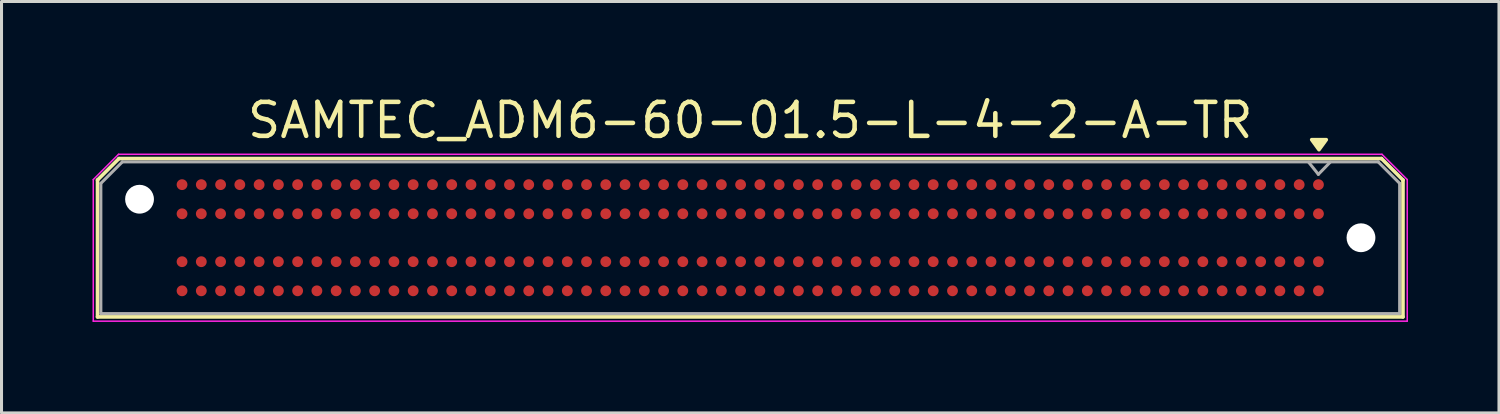
<source format=kicad_pcb>
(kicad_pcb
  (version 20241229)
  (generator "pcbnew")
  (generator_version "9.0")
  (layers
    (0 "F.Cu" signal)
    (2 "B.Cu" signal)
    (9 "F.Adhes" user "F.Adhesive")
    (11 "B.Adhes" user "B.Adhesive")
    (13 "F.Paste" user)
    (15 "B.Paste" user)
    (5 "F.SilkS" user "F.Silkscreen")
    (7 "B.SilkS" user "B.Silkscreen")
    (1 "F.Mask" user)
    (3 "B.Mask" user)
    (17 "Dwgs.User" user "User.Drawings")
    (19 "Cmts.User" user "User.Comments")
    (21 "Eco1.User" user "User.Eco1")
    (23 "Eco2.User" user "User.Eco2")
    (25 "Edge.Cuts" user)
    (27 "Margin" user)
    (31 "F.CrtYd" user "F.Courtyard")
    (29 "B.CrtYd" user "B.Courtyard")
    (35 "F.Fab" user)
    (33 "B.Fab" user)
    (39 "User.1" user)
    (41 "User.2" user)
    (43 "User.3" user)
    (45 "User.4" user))
  (footprint "SAMTEC_ADM6-60-01.5-L-4-2-A-TR"
    (layer "F.Cu")
    (at 21.685 4.788)
    (property "Reference" "SAMTEC_ADM6-60-01.5-L-4-2-A-TR" (at 0 -3.87 0) (layer "F.SilkS") (effects (font (size 1.12 1.12) (thickness 0.15))))
    (attr smd)
    (fp_line (start -21.52 -1.903) (end -20.813 -2.61) (stroke (width 0.12) (type default)) (layer "F.SilkS"))
    (fp_line (start -21.52 2.61) (end -21.52 -1.903) (stroke (width 0.12) (type solid)) (layer "F.SilkS"))
    (fp_line (start -20.813 -2.61) (end 20.813 -2.61) (stroke (width 0.12) (type solid)) (layer "F.SilkS"))
    (fp_line (start 21.52 -1.903) (end 20.813 -2.61) (stroke (width 0.12) (type default)) (layer "F.SilkS"))
    (fp_line (start 21.52 -1.903) (end 21.52 2.61) (stroke (width 0.12) (type solid)) (layer "F.SilkS"))
    (fp_line (start 21.52 2.61) (end -21.52 2.61) (stroke (width 0.12) (type solid)) (layer "F.SilkS"))
    (fp_poly (pts (xy 18.751 -2.903) (xy 18.511 -3.233) (xy 18.991 -3.233) (xy 18.751 -2.903)) (stroke (width 0.12) (type solid)) (fill yes) (layer "F.SilkS"))
    (fp_line (start -21.66 -1.918) (end -20.828 -2.75) (stroke (width 0.05) (type solid)) (layer "F.CrtYd"))
    (fp_line (start -21.66 2.75) (end -21.66 -1.918) (stroke (width 0.05) (type solid)) (layer "F.CrtYd"))
    (fp_line (start -20.828 -2.75) (end 20.828 -2.75) (stroke (width 0.05) (type solid)) (layer "F.CrtYd"))
    (fp_line (start 20.828 -2.75) (end 21.66 -1.918) (stroke (width 0.05) (type solid)) (layer "F.CrtYd"))
    (fp_line (start 21.66 -1.918) (end 21.66 2.75) (stroke (width 0.05) (type solid)) (layer "F.CrtYd"))
    (fp_line (start 21.66 2.75) (end -21.66 2.75) (stroke (width 0.05) (type solid)) (layer "F.CrtYd"))
    (fp_line (start -21.41 -1.793) (end -20.703 -2.5) (stroke (width 0.1) (type solid)) (layer "F.Fab"))
    (fp_line (start -21.41 2.5) (end -21.41 -1.793) (stroke (width 0.1) (type solid)) (layer "F.Fab"))
    (fp_line (start -20.703 -2.5) (end 20.703 -2.5) (stroke (width 0.1) (type solid)) (layer "F.Fab"))
    (fp_line (start 18.73 -2.09) (end 18.41 -2.49) (stroke (width 0.1) (type default)) (layer "F.Fab"))
    (fp_line (start 19.12 -2.49) (end 18.73 -2.09) (stroke (width 0.1) (type default)) (layer "F.Fab"))
    (fp_line (start 20.703 -2.5) (end 21.41 -1.793) (stroke (width 0.1) (type solid)) (layer "F.Fab"))
    (fp_line (start 21.41 -1.793) (end 21.41 2.5) (stroke (width 0.1) (type solid)) (layer "F.Fab"))
    (fp_line (start 21.41 2.5) (end -21.41 2.5) (stroke (width 0.1) (type solid)) (layer "F.Fab"))
    (pad "" np_thru_hole circle (at -20.135 -1.27) (size 0.95 0.95) (drill 0.95) (layers "*.Cu" "*.Mask"))
    (pad "" np_thru_hole circle (at 20.135 0) (size 0.95 0.95) (drill 0.95) (layers "*.Cu" "*.Mask"))
    (pad "A01" smd circle (at 18.733 -1.75) (size 0.356 0.356) (layers "F.Cu" "F.Mask" "F.Paste"))
    (pad "A02" smd circle (at 18.098 -1.75) (size 0.356 0.356) (layers "F.Cu" "F.Mask" "F.Paste"))
    (pad "A03" smd circle (at 17.462 -1.75) (size 0.356 0.356) (layers "F.Cu" "F.Mask" "F.Paste"))
    (pad "A04" smd circle (at 16.828 -1.75) (size 0.356 0.356) (layers "F.Cu" "F.Mask" "F.Paste"))
    (pad "A05" smd circle (at 16.192 -1.75) (size 0.356 0.356) (layers "F.Cu" "F.Mask" "F.Paste"))
    (pad "A06" smd circle (at 15.557 -1.75) (size 0.356 0.356) (layers "F.Cu" "F.Mask" "F.Paste"))
    (pad "A07" smd circle (at 14.922 -1.75) (size 0.356 0.356) (layers "F.Cu" "F.Mask" "F.Paste"))
    (pad "A08" smd circle (at 14.287 -1.75) (size 0.356 0.356) (layers "F.Cu" "F.Mask" "F.Paste"))
    (pad "A09" smd circle (at 13.652 -1.75) (size 0.356 0.356) (layers "F.Cu" "F.Mask" "F.Paste"))
    (pad "A10" smd circle (at 13.018 -1.75) (size 0.356 0.356) (layers "F.Cu" "F.Mask" "F.Paste"))
    (pad "A11" smd circle (at 12.383 -1.75) (size 0.356 0.356) (layers "F.Cu" "F.Mask" "F.Paste"))
    (pad "A12" smd circle (at 11.748 -1.75) (size 0.356 0.356) (layers "F.Cu" "F.Mask" "F.Paste"))
    (pad "A13" smd circle (at 11.113 -1.75) (size 0.356 0.356) (layers "F.Cu" "F.Mask" "F.Paste"))
    (pad "A14" smd circle (at 10.477 -1.75) (size 0.356 0.356) (layers "F.Cu" "F.Mask" "F.Paste"))
    (pad "A15" smd circle (at 9.842 -1.75) (size 0.356 0.356) (layers "F.Cu" "F.Mask" "F.Paste"))
    (pad "A16" smd circle (at 9.207 -1.75) (size 0.356 0.356) (layers "F.Cu" "F.Mask" "F.Paste"))
    (pad "A17" smd circle (at 8.572 -1.75) (size 0.356 0.356) (layers "F.Cu" "F.Mask" "F.Paste"))
    (pad "A18" smd circle (at 7.938 -1.75) (size 0.356 0.356) (layers "F.Cu" "F.Mask" "F.Paste"))
    (pad "A19" smd circle (at 7.303 -1.75) (size 0.356 0.356) (layers "F.Cu" "F.Mask" "F.Paste"))
    (pad "A20" smd circle (at 6.668 -1.75) (size 0.356 0.356) (layers "F.Cu" "F.Mask" "F.Paste"))
    (pad "A21" smd circle (at 6.032 -1.75) (size 0.356 0.356) (layers "F.Cu" "F.Mask" "F.Paste"))
    (pad "A22" smd circle (at 5.397 -1.75) (size 0.356 0.356) (layers "F.Cu" "F.Mask" "F.Paste"))
    (pad "A23" smd circle (at 4.763 -1.75) (size 0.356 0.356) (layers "F.Cu" "F.Mask" "F.Paste"))
    (pad "A24" smd circle (at 4.128 -1.75) (size 0.356 0.356) (layers "F.Cu" "F.Mask" "F.Paste"))
    (pad "A25" smd circle (at 3.493 -1.75) (size 0.356 0.356) (layers "F.Cu" "F.Mask" "F.Paste"))
    (pad "A26" smd circle (at 2.857 -1.75) (size 0.356 0.356) (layers "F.Cu" "F.Mask" "F.Paste"))
    (pad "A27" smd circle (at 2.223 -1.75) (size 0.356 0.356) (layers "F.Cu" "F.Mask" "F.Paste"))
    (pad "A28" smd circle (at 1.587 -1.75) (size 0.356 0.356) (layers "F.Cu" "F.Mask" "F.Paste"))
    (pad "A29" smd circle (at 0.953 -1.75) (size 0.356 0.356) (layers "F.Cu" "F.Mask" "F.Paste"))
    (pad "A30" smd circle (at 0.318 -1.75) (size 0.356 0.356) (layers "F.Cu" "F.Mask" "F.Paste"))
    (pad "A31" smd circle (at -0.318 -1.75) (size 0.356 0.356) (layers "F.Cu" "F.Mask" "F.Paste"))
    (pad "A32" smd circle (at -0.953 -1.75) (size 0.356 0.356) (layers "F.Cu" "F.Mask" "F.Paste"))
    (pad "A33" smd circle (at -1.587 -1.75) (size 0.356 0.356) (layers "F.Cu" "F.Mask" "F.Paste"))
    (pad "A34" smd circle (at -2.223 -1.75) (size 0.356 0.356) (layers "F.Cu" "F.Mask" "F.Paste"))
    (pad "A35" smd circle (at -2.857 -1.75) (size 0.356 0.356) (layers "F.Cu" "F.Mask" "F.Paste"))
    (pad "A36" smd circle (at -3.493 -1.75) (size 0.356 0.356) (layers "F.Cu" "F.Mask" "F.Paste"))
    (pad "A37" smd circle (at -4.128 -1.75) (size 0.356 0.356) (layers "F.Cu" "F.Mask" "F.Paste"))
    (pad "A38" smd circle (at -4.763 -1.75) (size 0.356 0.356) (layers "F.Cu" "F.Mask" "F.Paste"))
    (pad "A39" smd circle (at -5.397 -1.75) (size 0.356 0.356) (layers "F.Cu" "F.Mask" "F.Paste"))
    (pad "A40" smd circle (at -6.032 -1.75) (size 0.356 0.356) (layers "F.Cu" "F.Mask" "F.Paste"))
    (pad "A41" smd circle (at -6.668 -1.75) (size 0.356 0.356) (layers "F.Cu" "F.Mask" "F.Paste"))
    (pad "A42" smd circle (at -7.303 -1.75) (size 0.356 0.356) (layers "F.Cu" "F.Mask" "F.Paste"))
    (pad "A43" smd circle (at -7.938 -1.75) (size 0.356 0.356) (layers "F.Cu" "F.Mask" "F.Paste"))
    (pad "A44" smd circle (at -8.572 -1.75) (size 0.356 0.356) (layers "F.Cu" "F.Mask" "F.Paste"))
    (pad "A45" smd circle (at -9.207 -1.75) (size 0.356 0.356) (layers "F.Cu" "F.Mask" "F.Paste"))
    (pad "A46" smd circle (at -9.842 -1.75) (size 0.356 0.356) (layers "F.Cu" "F.Mask" "F.Paste"))
    (pad "A47" smd circle (at -10.477 -1.75) (size 0.356 0.356) (layers "F.Cu" "F.Mask" "F.Paste"))
    (pad "A48" smd circle (at -11.113 -1.75) (size 0.356 0.356) (layers "F.Cu" "F.Mask" "F.Paste"))
    (pad "A49" smd circle (at -11.748 -1.75) (size 0.356 0.356) (layers "F.Cu" "F.Mask" "F.Paste"))
    (pad "A50" smd circle (at -12.383 -1.75) (size 0.356 0.356) (layers "F.Cu" "F.Mask" "F.Paste"))
    (pad "A51" smd circle (at -13.018 -1.75) (size 0.356 0.356) (layers "F.Cu" "F.Mask" "F.Paste"))
    (pad "A52" smd circle (at -13.652 -1.75) (size 0.356 0.356) (layers "F.Cu" "F.Mask" "F.Paste"))
    (pad "A53" smd circle (at -14.287 -1.75) (size 0.356 0.356) (layers "F.Cu" "F.Mask" "F.Paste"))
    (pad "A54" smd circle (at -14.922 -1.75) (size 0.356 0.356) (layers "F.Cu" "F.Mask" "F.Paste"))
    (pad "A55" smd circle (at -15.557 -1.75) (size 0.356 0.356) (layers "F.Cu" "F.Mask" "F.Paste"))
    (pad "A56" smd circle (at -16.192 -1.75) (size 0.356 0.356) (layers "F.Cu" "F.Mask" "F.Paste"))
    (pad "A57" smd circle (at -16.828 -1.75) (size 0.356 0.356) (layers "F.Cu" "F.Mask" "F.Paste"))
    (pad "A58" smd circle (at -17.462 -1.75) (size 0.356 0.356) (layers "F.Cu" "F.Mask" "F.Paste"))
    (pad "A59" smd circle (at -18.098 -1.75) (size 0.356 0.356) (layers "F.Cu" "F.Mask" "F.Paste"))
    (pad "A60" smd circle (at -18.733 -1.75) (size 0.356 0.356) (layers "F.Cu" "F.Mask" "F.Paste"))
    (pad "B01" smd circle (at 18.733 -0.79) (size 0.356 0.356) (layers "F.Cu" "F.Mask" "F.Paste"))
    (pad "B02" smd circle (at 18.098 -0.79) (size 0.356 0.356) (layers "F.Cu" "F.Mask" "F.Paste"))
    (pad "B03" smd circle (at 17.462 -0.79) (size 0.356 0.356) (layers "F.Cu" "F.Mask" "F.Paste"))
    (pad "B04" smd circle (at 16.828 -0.79) (size 0.356 0.356) (layers "F.Cu" "F.Mask" "F.Paste"))
    (pad "B05" smd circle (at 16.192 -0.79) (size 0.356 0.356) (layers "F.Cu" "F.Mask" "F.Paste"))
    (pad "B06" smd circle (at 15.557 -0.79) (size 0.356 0.356) (layers "F.Cu" "F.Mask" "F.Paste"))
    (pad "B07" smd circle (at 14.922 -0.79) (size 0.356 0.356) (layers "F.Cu" "F.Mask" "F.Paste"))
    (pad "B08" smd circle (at 14.287 -0.79) (size 0.356 0.356) (layers "F.Cu" "F.Mask" "F.Paste"))
    (pad "B09" smd circle (at 13.652 -0.79) (size 0.356 0.356) (layers "F.Cu" "F.Mask" "F.Paste"))
    (pad "B10" smd circle (at 13.018 -0.79) (size 0.356 0.356) (layers "F.Cu" "F.Mask" "F.Paste"))
    (pad "B11" smd circle (at 12.383 -0.79) (size 0.356 0.356) (layers "F.Cu" "F.Mask" "F.Paste"))
    (pad "B12" smd circle (at 11.748 -0.79) (size 0.356 0.356) (layers "F.Cu" "F.Mask" "F.Paste"))
    (pad "B13" smd circle (at 11.113 -0.79) (size 0.356 0.356) (layers "F.Cu" "F.Mask" "F.Paste"))
    (pad "B14" smd circle (at 10.477 -0.79) (size 0.356 0.356) (layers "F.Cu" "F.Mask" "F.Paste"))
    (pad "B15" smd circle (at 9.842 -0.79) (size 0.356 0.356) (layers "F.Cu" "F.Mask" "F.Paste"))
    (pad "B16" smd circle (at 9.207 -0.79) (size 0.356 0.356) (layers "F.Cu" "F.Mask" "F.Paste"))
    (pad "B17" smd circle (at 8.572 -0.79) (size 0.356 0.356) (layers "F.Cu" "F.Mask" "F.Paste"))
    (pad "B18" smd circle (at 7.938 -0.79) (size 0.356 0.356) (layers "F.Cu" "F.Mask" "F.Paste"))
    (pad "B19" smd circle (at 7.303 -0.79) (size 0.356 0.356) (layers "F.Cu" "F.Mask" "F.Paste"))
    (pad "B20" smd circle (at 6.668 -0.79) (size 0.356 0.356) (layers "F.Cu" "F.Mask" "F.Paste"))
    (pad "B21" smd circle (at 6.032 -0.79) (size 0.356 0.356) (layers "F.Cu" "F.Mask" "F.Paste"))
    (pad "B22" smd circle (at 5.397 -0.79) (size 0.356 0.356) (layers "F.Cu" "F.Mask" "F.Paste"))
    (pad "B23" smd circle (at 4.763 -0.79) (size 0.356 0.356) (layers "F.Cu" "F.Mask" "F.Paste"))
    (pad "B24" smd circle (at 4.128 -0.79) (size 0.356 0.356) (layers "F.Cu" "F.Mask" "F.Paste"))
    (pad "B25" smd circle (at 3.493 -0.79) (size 0.356 0.356) (layers "F.Cu" "F.Mask" "F.Paste"))
    (pad "B26" smd circle (at 2.857 -0.79) (size 0.356 0.356) (layers "F.Cu" "F.Mask" "F.Paste"))
    (pad "B27" smd circle (at 2.223 -0.79) (size 0.356 0.356) (layers "F.Cu" "F.Mask" "F.Paste"))
    (pad "B28" smd circle (at 1.587 -0.79) (size 0.356 0.356) (layers "F.Cu" "F.Mask" "F.Paste"))
    (pad "B29" smd circle (at 0.953 -0.79) (size 0.356 0.356) (layers "F.Cu" "F.Mask" "F.Paste"))
    (pad "B30" smd circle (at 0.318 -0.79) (size 0.356 0.356) (layers "F.Cu" "F.Mask" "F.Paste"))
    (pad "B31" smd circle (at -0.318 -0.79) (size 0.356 0.356) (layers "F.Cu" "F.Mask" "F.Paste"))
    (pad "B32" smd circle (at -0.953 -0.79) (size 0.356 0.356) (layers "F.Cu" "F.Mask" "F.Paste"))
    (pad "B33" smd circle (at -1.587 -0.79) (size 0.356 0.356) (layers "F.Cu" "F.Mask" "F.Paste"))
    (pad "B34" smd circle (at -2.223 -0.79) (size 0.356 0.356) (layers "F.Cu" "F.Mask" "F.Paste"))
    (pad "B35" smd circle (at -2.857 -0.79) (size 0.356 0.356) (layers "F.Cu" "F.Mask" "F.Paste"))
    (pad "B36" smd circle (at -3.493 -0.79) (size 0.356 0.356) (layers "F.Cu" "F.Mask" "F.Paste"))
    (pad "B37" smd circle (at -4.128 -0.79) (size 0.356 0.356) (layers "F.Cu" "F.Mask" "F.Paste"))
    (pad "B38" smd circle (at -4.763 -0.79) (size 0.356 0.356) (layers "F.Cu" "F.Mask" "F.Paste"))
    (pad "B39" smd circle (at -5.397 -0.79) (size 0.356 0.356) (layers "F.Cu" "F.Mask" "F.Paste"))
    (pad "B40" smd circle (at -6.032 -0.79) (size 0.356 0.356) (layers "F.Cu" "F.Mask" "F.Paste"))
    (pad "B41" smd circle (at -6.668 -0.79) (size 0.356 0.356) (layers "F.Cu" "F.Mask" "F.Paste"))
    (pad "B42" smd circle (at -7.303 -0.79) (size 0.356 0.356) (layers "F.Cu" "F.Mask" "F.Paste"))
    (pad "B43" smd circle (at -7.938 -0.79) (size 0.356 0.356) (layers "F.Cu" "F.Mask" "F.Paste"))
    (pad "B44" smd circle (at -8.572 -0.79) (size 0.356 0.356) (layers "F.Cu" "F.Mask" "F.Paste"))
    (pad "B45" smd circle (at -9.207 -0.79) (size 0.356 0.356) (layers "F.Cu" "F.Mask" "F.Paste"))
    (pad "B46" smd circle (at -9.842 -0.79) (size 0.356 0.356) (layers "F.Cu" "F.Mask" "F.Paste"))
    (pad "B47" smd circle (at -10.477 -0.79) (size 0.356 0.356) (layers "F.Cu" "F.Mask" "F.Paste"))
    (pad "B48" smd circle (at -11.113 -0.79) (size 0.356 0.356) (layers "F.Cu" "F.Mask" "F.Paste"))
    (pad "B49" smd circle (at -11.748 -0.79) (size 0.356 0.356) (layers "F.Cu" "F.Mask" "F.Paste"))
    (pad "B50" smd circle (at -12.383 -0.79) (size 0.356 0.356) (layers "F.Cu" "F.Mask" "F.Paste"))
    (pad "B51" smd circle (at -13.018 -0.79) (size 0.356 0.356) (layers "F.Cu" "F.Mask" "F.Paste"))
    (pad "B52" smd circle (at -13.652 -0.79) (size 0.356 0.356) (layers "F.Cu" "F.Mask" "F.Paste"))
    (pad "B53" smd circle (at -14.287 -0.79) (size 0.356 0.356) (layers "F.Cu" "F.Mask" "F.Paste"))
    (pad "B54" smd circle (at -14.922 -0.79) (size 0.356 0.356) (layers "F.Cu" "F.Mask" "F.Paste"))
    (pad "B55" smd circle (at -15.557 -0.79) (size 0.356 0.356) (layers "F.Cu" "F.Mask" "F.Paste"))
    (pad "B56" smd circle (at -16.192 -0.79) (size 0.356 0.356) (layers "F.Cu" "F.Mask" "F.Paste"))
    (pad "B57" smd circle (at -16.828 -0.79) (size 0.356 0.356) (layers "F.Cu" "F.Mask" "F.Paste"))
    (pad "B58" smd circle (at -17.462 -0.79) (size 0.356 0.356) (layers "F.Cu" "F.Mask" "F.Paste"))
    (pad "B59" smd circle (at -18.098 -0.79) (size 0.356 0.356) (layers "F.Cu" "F.Mask" "F.Paste"))
    (pad "B60" smd circle (at -18.733 -0.79) (size 0.356 0.356) (layers "F.Cu" "F.Mask" "F.Paste"))
    (pad "C01" smd circle (at 18.733 0.79) (size 0.356 0.356) (layers "F.Cu" "F.Mask" "F.Paste"))
    (pad "C02" smd circle (at 18.098 0.79) (size 0.356 0.356) (layers "F.Cu" "F.Mask" "F.Paste"))
    (pad "C03" smd circle (at 17.462 0.79) (size 0.356 0.356) (layers "F.Cu" "F.Mask" "F.Paste"))
    (pad "C04" smd circle (at 16.828 0.79) (size 0.356 0.356) (layers "F.Cu" "F.Mask" "F.Paste"))
    (pad "C05" smd circle (at 16.192 0.79) (size 0.356 0.356) (layers "F.Cu" "F.Mask" "F.Paste"))
    (pad "C06" smd circle (at 15.557 0.79) (size 0.356 0.356) (layers "F.Cu" "F.Mask" "F.Paste"))
    (pad "C07" smd circle (at 14.922 0.79) (size 0.356 0.356) (layers "F.Cu" "F.Mask" "F.Paste"))
    (pad "C08" smd circle (at 14.287 0.79) (size 0.356 0.356) (layers "F.Cu" "F.Mask" "F.Paste"))
    (pad "C09" smd circle (at 13.652 0.79) (size 0.356 0.356) (layers "F.Cu" "F.Mask" "F.Paste"))
    (pad "C10" smd circle (at 13.018 0.79) (size 0.356 0.356) (layers "F.Cu" "F.Mask" "F.Paste"))
    (pad "C11" smd circle (at 12.383 0.79) (size 0.356 0.356) (layers "F.Cu" "F.Mask" "F.Paste"))
    (pad "C12" smd circle (at 11.748 0.79) (size 0.356 0.356) (layers "F.Cu" "F.Mask" "F.Paste"))
    (pad "C13" smd circle (at 11.113 0.79) (size 0.356 0.356) (layers "F.Cu" "F.Mask" "F.Paste"))
    (pad "C14" smd circle (at 10.477 0.79) (size 0.356 0.356) (layers "F.Cu" "F.Mask" "F.Paste"))
    (pad "C15" smd circle (at 9.842 0.79) (size 0.356 0.356) (layers "F.Cu" "F.Mask" "F.Paste"))
    (pad "C16" smd circle (at 9.207 0.79) (size 0.356 0.356) (layers "F.Cu" "F.Mask" "F.Paste"))
    (pad "C17" smd circle (at 8.572 0.79) (size 0.356 0.356) (layers "F.Cu" "F.Mask" "F.Paste"))
    (pad "C18" smd circle (at 7.938 0.79) (size 0.356 0.356) (layers "F.Cu" "F.Mask" "F.Paste"))
    (pad "C19" smd circle (at 7.303 0.79) (size 0.356 0.356) (layers "F.Cu" "F.Mask" "F.Paste"))
    (pad "C20" smd circle (at 6.668 0.79) (size 0.356 0.356) (layers "F.Cu" "F.Mask" "F.Paste"))
    (pad "C21" smd circle (at 6.032 0.79) (size 0.356 0.356) (layers "F.Cu" "F.Mask" "F.Paste"))
    (pad "C22" smd circle (at 5.397 0.79) (size 0.356 0.356) (layers "F.Cu" "F.Mask" "F.Paste"))
    (pad "C23" smd circle (at 4.763 0.79) (size 0.356 0.356) (layers "F.Cu" "F.Mask" "F.Paste"))
    (pad "C24" smd circle (at 4.128 0.79) (size 0.356 0.356) (layers "F.Cu" "F.Mask" "F.Paste"))
    (pad "C25" smd circle (at 3.493 0.79) (size 0.356 0.356) (layers "F.Cu" "F.Mask" "F.Paste"))
    (pad "C26" smd circle (at 2.857 0.79) (size 0.356 0.356) (layers "F.Cu" "F.Mask" "F.Paste"))
    (pad "C27" smd circle (at 2.223 0.79) (size 0.356 0.356) (layers "F.Cu" "F.Mask" "F.Paste"))
    (pad "C28" smd circle (at 1.587 0.79) (size 0.356 0.356) (layers "F.Cu" "F.Mask" "F.Paste"))
    (pad "C29" smd circle (at 0.953 0.79) (size 0.356 0.356) (layers "F.Cu" "F.Mask" "F.Paste"))
    (pad "C30" smd circle (at 0.318 0.79) (size 0.356 0.356) (layers "F.Cu" "F.Mask" "F.Paste"))
    (pad "C31" smd circle (at -0.318 0.79) (size 0.356 0.356) (layers "F.Cu" "F.Mask" "F.Paste"))
    (pad "C32" smd circle (at -0.953 0.79) (size 0.356 0.356) (layers "F.Cu" "F.Mask" "F.Paste"))
    (pad "C33" smd circle (at -1.587 0.79) (size 0.356 0.356) (layers "F.Cu" "F.Mask" "F.Paste"))
    (pad "C34" smd circle (at -2.223 0.79) (size 0.356 0.356) (layers "F.Cu" "F.Mask" "F.Paste"))
    (pad "C35" smd circle (at -2.857 0.79) (size 0.356 0.356) (layers "F.Cu" "F.Mask" "F.Paste"))
    (pad "C36" smd circle (at -3.493 0.79) (size 0.356 0.356) (layers "F.Cu" "F.Mask" "F.Paste"))
    (pad "C37" smd circle (at -4.128 0.79) (size 0.356 0.356) (layers "F.Cu" "F.Mask" "F.Paste"))
    (pad "C38" smd circle (at -4.763 0.79) (size 0.356 0.356) (layers "F.Cu" "F.Mask" "F.Paste"))
    (pad "C39" smd circle (at -5.397 0.79) (size 0.356 0.356) (layers "F.Cu" "F.Mask" "F.Paste"))
    (pad "C40" smd circle (at -6.032 0.79) (size 0.356 0.356) (layers "F.Cu" "F.Mask" "F.Paste"))
    (pad "C41" smd circle (at -6.668 0.79) (size 0.356 0.356) (layers "F.Cu" "F.Mask" "F.Paste"))
    (pad "C42" smd circle (at -7.303 0.79) (size 0.356 0.356) (layers "F.Cu" "F.Mask" "F.Paste"))
    (pad "C43" smd circle (at -7.938 0.79) (size 0.356 0.356) (layers "F.Cu" "F.Mask" "F.Paste"))
    (pad "C44" smd circle (at -8.572 0.79) (size 0.356 0.356) (layers "F.Cu" "F.Mask" "F.Paste"))
    (pad "C45" smd circle (at -9.207 0.79) (size 0.356 0.356) (layers "F.Cu" "F.Mask" "F.Paste"))
    (pad "C46" smd circle (at -9.842 0.79) (size 0.356 0.356) (layers "F.Cu" "F.Mask" "F.Paste"))
    (pad "C47" smd circle (at -10.477 0.79) (size 0.356 0.356) (layers "F.Cu" "F.Mask" "F.Paste"))
    (pad "C48" smd circle (at -11.113 0.79) (size 0.356 0.356) (layers "F.Cu" "F.Mask" "F.Paste"))
    (pad "C49" smd circle (at -11.748 0.79) (size 0.356 0.356) (layers "F.Cu" "F.Mask" "F.Paste"))
    (pad "C50" smd circle (at -12.383 0.79) (size 0.356 0.356) (layers "F.Cu" "F.Mask" "F.Paste"))
    (pad "C51" smd circle (at -13.018 0.79) (size 0.356 0.356) (layers "F.Cu" "F.Mask" "F.Paste"))
    (pad "C52" smd circle (at -13.652 0.79) (size 0.356 0.356) (layers "F.Cu" "F.Mask" "F.Paste"))
    (pad "C53" smd circle (at -14.287 0.79) (size 0.356 0.356) (layers "F.Cu" "F.Mask" "F.Paste"))
    (pad "C54" smd circle (at -14.922 0.79) (size 0.356 0.356) (layers "F.Cu" "F.Mask" "F.Paste"))
    (pad "C55" smd circle (at -15.557 0.79) (size 0.356 0.356) (layers "F.Cu" "F.Mask" "F.Paste"))
    (pad "C56" smd circle (at -16.192 0.79) (size 0.356 0.356) (layers "F.Cu" "F.Mask" "F.Paste"))
    (pad "C57" smd circle (at -16.828 0.79) (size 0.356 0.356) (layers "F.Cu" "F.Mask" "F.Paste"))
    (pad "C58" smd circle (at -17.462 0.79) (size 0.356 0.356) (layers "F.Cu" "F.Mask" "F.Paste"))
    (pad "C59" smd circle (at -18.098 0.79) (size 0.356 0.356) (layers "F.Cu" "F.Mask" "F.Paste"))
    (pad "C60" smd circle (at -18.733 0.79) (size 0.356 0.356) (layers "F.Cu" "F.Mask" "F.Paste"))
    (pad "D01" smd circle (at 18.733 1.75) (size 0.356 0.356) (layers "F.Cu" "F.Mask" "F.Paste"))
    (pad "D02" smd circle (at 18.098 1.75) (size 0.356 0.356) (layers "F.Cu" "F.Mask" "F.Paste"))
    (pad "D03" smd circle (at 17.462 1.75) (size 0.356 0.356) (layers "F.Cu" "F.Mask" "F.Paste"))
    (pad "D04" smd circle (at 16.828 1.75) (size 0.356 0.356) (layers "F.Cu" "F.Mask" "F.Paste"))
    (pad "D05" smd circle (at 16.192 1.75) (size 0.356 0.356) (layers "F.Cu" "F.Mask" "F.Paste"))
    (pad "D06" smd circle (at 15.557 1.75) (size 0.356 0.356) (layers "F.Cu" "F.Mask" "F.Paste"))
    (pad "D07" smd circle (at 14.922 1.75) (size 0.356 0.356) (layers "F.Cu" "F.Mask" "F.Paste"))
    (pad "D08" smd circle (at 14.287 1.75) (size 0.356 0.356) (layers "F.Cu" "F.Mask" "F.Paste"))
    (pad "D09" smd circle (at 13.652 1.75) (size 0.356 0.356) (layers "F.Cu" "F.Mask" "F.Paste"))
    (pad "D10" smd circle (at 13.018 1.75) (size 0.356 0.356) (layers "F.Cu" "F.Mask" "F.Paste"))
    (pad "D11" smd circle (at 12.383 1.75) (size 0.356 0.356) (layers "F.Cu" "F.Mask" "F.Paste"))
    (pad "D12" smd circle (at 11.748 1.75) (size 0.356 0.356) (layers "F.Cu" "F.Mask" "F.Paste"))
    (pad "D13" smd circle (at 11.113 1.75) (size 0.356 0.356) (layers "F.Cu" "F.Mask" "F.Paste"))
    (pad "D14" smd circle (at 10.477 1.75) (size 0.356 0.356) (layers "F.Cu" "F.Mask" "F.Paste"))
    (pad "D15" smd circle (at 9.842 1.75) (size 0.356 0.356) (layers "F.Cu" "F.Mask" "F.Paste"))
    (pad "D16" smd circle (at 9.207 1.75) (size 0.356 0.356) (layers "F.Cu" "F.Mask" "F.Paste"))
    (pad "D17" smd circle (at 8.572 1.75) (size 0.356 0.356) (layers "F.Cu" "F.Mask" "F.Paste"))
    (pad "D18" smd circle (at 7.938 1.75) (size 0.356 0.356) (layers "F.Cu" "F.Mask" "F.Paste"))
    (pad "D19" smd circle (at 7.303 1.75) (size 0.356 0.356) (layers "F.Cu" "F.Mask" "F.Paste"))
    (pad "D20" smd circle (at 6.668 1.75) (size 0.356 0.356) (layers "F.Cu" "F.Mask" "F.Paste"))
    (pad "D21" smd circle (at 6.032 1.75) (size 0.356 0.356) (layers "F.Cu" "F.Mask" "F.Paste"))
    (pad "D22" smd circle (at 5.397 1.75) (size 0.356 0.356) (layers "F.Cu" "F.Mask" "F.Paste"))
    (pad "D23" smd circle (at 4.763 1.75) (size 0.356 0.356) (layers "F.Cu" "F.Mask" "F.Paste"))
    (pad "D24" smd circle (at 4.128 1.75) (size 0.356 0.356) (layers "F.Cu" "F.Mask" "F.Paste"))
    (pad "D25" smd circle (at 3.493 1.75) (size 0.356 0.356) (layers "F.Cu" "F.Mask" "F.Paste"))
    (pad "D26" smd circle (at 2.857 1.75) (size 0.356 0.356) (layers "F.Cu" "F.Mask" "F.Paste"))
    (pad "D27" smd circle (at 2.223 1.75) (size 0.356 0.356) (layers "F.Cu" "F.Mask" "F.Paste"))
    (pad "D28" smd circle (at 1.587 1.75) (size 0.356 0.356) (layers "F.Cu" "F.Mask" "F.Paste"))
    (pad "D29" smd circle (at 0.953 1.75) (size 0.356 0.356) (layers "F.Cu" "F.Mask" "F.Paste"))
    (pad "D30" smd circle (at 0.318 1.75) (size 0.356 0.356) (layers "F.Cu" "F.Mask" "F.Paste"))
    (pad "D31" smd circle (at -0.318 1.75) (size 0.356 0.356) (layers "F.Cu" "F.Mask" "F.Paste"))
    (pad "D32" smd circle (at -0.953 1.75) (size 0.356 0.356) (layers "F.Cu" "F.Mask" "F.Paste"))
    (pad "D33" smd circle (at -1.587 1.75) (size 0.356 0.356) (layers "F.Cu" "F.Mask" "F.Paste"))
    (pad "D34" smd circle (at -2.223 1.75) (size 0.356 0.356) (layers "F.Cu" "F.Mask" "F.Paste"))
    (pad "D35" smd circle (at -2.857 1.75) (size 0.356 0.356) (layers "F.Cu" "F.Mask" "F.Paste"))
    (pad "D36" smd circle (at -3.493 1.75) (size 0.356 0.356) (layers "F.Cu" "F.Mask" "F.Paste"))
    (pad "D37" smd circle (at -4.128 1.75) (size 0.356 0.356) (layers "F.Cu" "F.Mask" "F.Paste"))
    (pad "D38" smd circle (at -4.763 1.75) (size 0.356 0.356) (layers "F.Cu" "F.Mask" "F.Paste"))
    (pad "D39" smd circle (at -5.397 1.75) (size 0.356 0.356) (layers "F.Cu" "F.Mask" "F.Paste"))
    (pad "D40" smd circle (at -6.032 1.75) (size 0.356 0.356) (layers "F.Cu" "F.Mask" "F.Paste"))
    (pad "D41" smd circle (at -6.668 1.75) (size 0.356 0.356) (layers "F.Cu" "F.Mask" "F.Paste"))
    (pad "D42" smd circle (at -7.303 1.75) (size 0.356 0.356) (layers "F.Cu" "F.Mask" "F.Paste"))
    (pad "D43" smd circle (at -7.938 1.75) (size 0.356 0.356) (layers "F.Cu" "F.Mask" "F.Paste"))
    (pad "D44" smd circle (at -8.572 1.75) (size 0.356 0.356) (layers "F.Cu" "F.Mask" "F.Paste"))
    (pad "D45" smd circle (at -9.207 1.75) (size 0.356 0.356) (layers "F.Cu" "F.Mask" "F.Paste"))
    (pad "D46" smd circle (at -9.842 1.75) (size 0.356 0.356) (layers "F.Cu" "F.Mask" "F.Paste"))
    (pad "D47" smd circle (at -10.477 1.75) (size 0.356 0.356) (layers "F.Cu" "F.Mask" "F.Paste"))
    (pad "D48" smd circle (at -11.113 1.75) (size 0.356 0.356) (layers "F.Cu" "F.Mask" "F.Paste"))
    (pad "D49" smd circle (at -11.748 1.75) (size 0.356 0.356) (layers "F.Cu" "F.Mask" "F.Paste"))
    (pad "D50" smd circle (at -12.383 1.75) (size 0.356 0.356) (layers "F.Cu" "F.Mask" "F.Paste"))
    (pad "D51" smd circle (at -13.018 1.75) (size 0.356 0.356) (layers "F.Cu" "F.Mask" "F.Paste"))
    (pad "D52" smd circle (at -13.652 1.75) (size 0.356 0.356) (layers "F.Cu" "F.Mask" "F.Paste"))
    (pad "D53" smd circle (at -14.287 1.75) (size 0.356 0.356) (layers "F.Cu" "F.Mask" "F.Paste"))
    (pad "D54" smd circle (at -14.922 1.75) (size 0.356 0.356) (layers "F.Cu" "F.Mask" "F.Paste"))
    (pad "D55" smd circle (at -15.557 1.75) (size 0.356 0.356) (layers "F.Cu" "F.Mask" "F.Paste"))
    (pad "D56" smd circle (at -16.192 1.75) (size 0.356 0.356) (layers "F.Cu" "F.Mask" "F.Paste"))
    (pad "D57" smd circle (at -16.828 1.75) (size 0.356 0.356) (layers "F.Cu" "F.Mask" "F.Paste"))
    (pad "D58" smd circle (at -17.462 1.75) (size 0.356 0.356) (layers "F.Cu" "F.Mask" "F.Paste"))
    (pad "D59" smd circle (at -18.098 1.75) (size 0.356 0.356) (layers "F.Cu" "F.Mask" "F.Paste"))
    (pad "D60" smd circle (at -18.733 1.75) (size 0.356 0.356) (layers "F.Cu" "F.Mask" "F.Paste")))
  (gr_rect
    (start -3 -3)
    (end 46.37 10.563)
    (stroke (width 0.1) (type default))
    (fill no)
    (layer "Edge.Cuts")))
</source>
